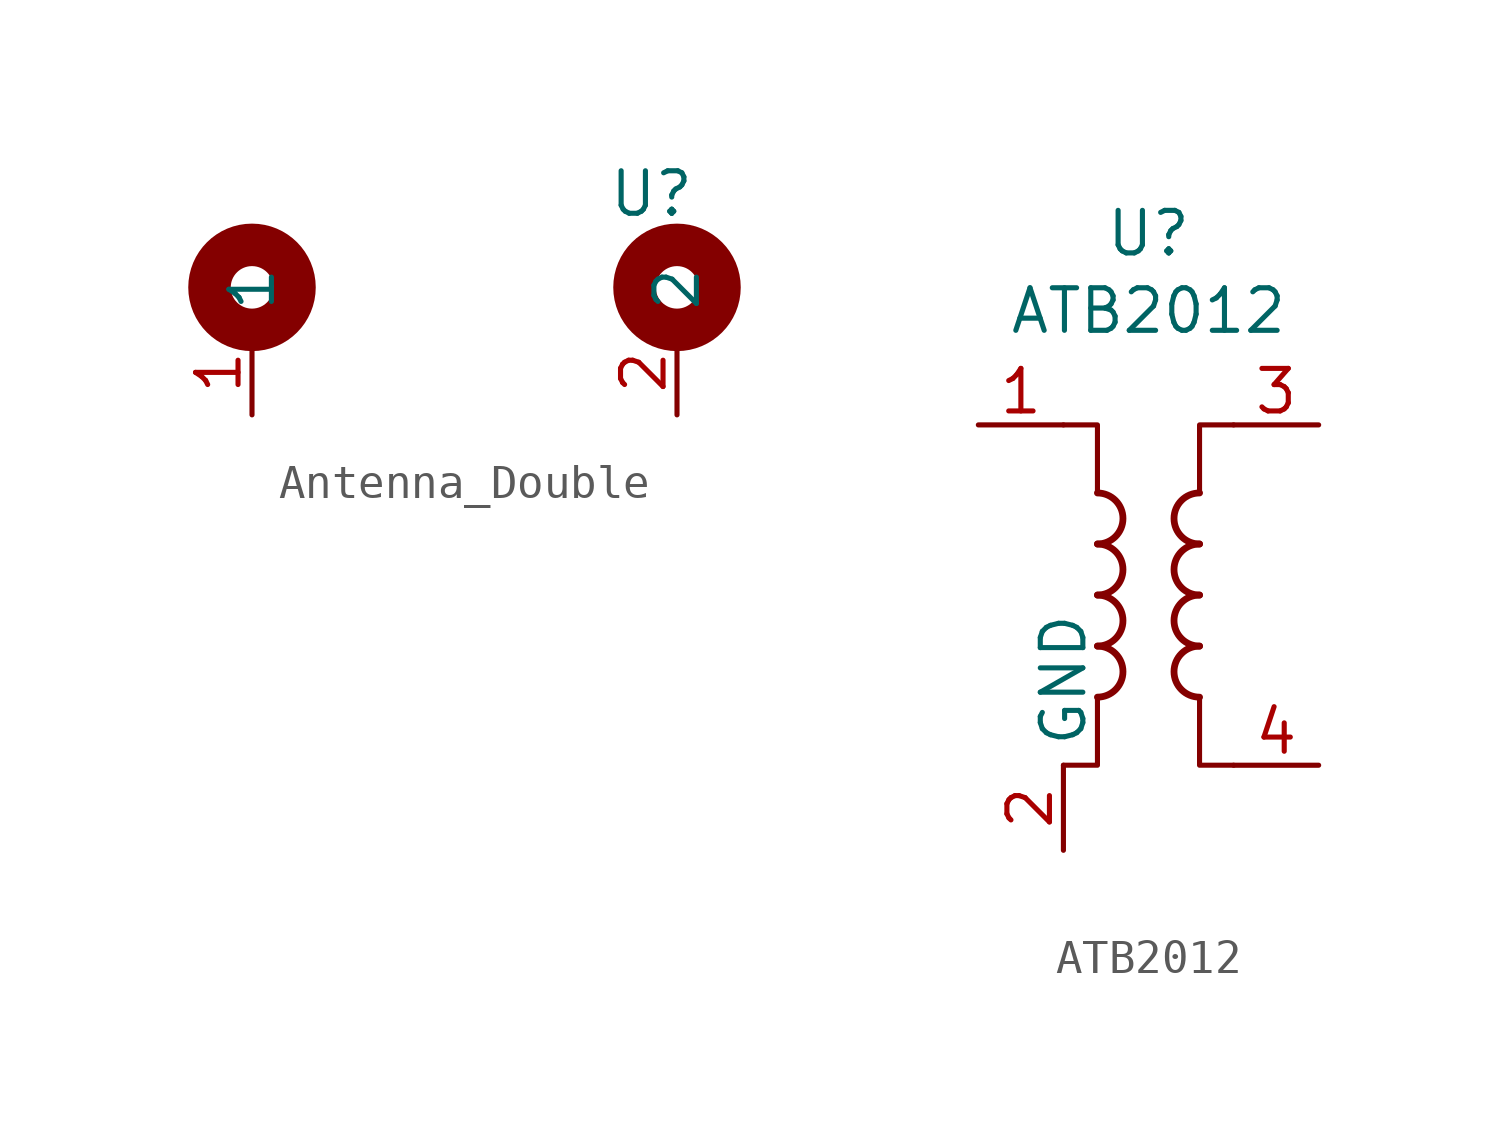
<source format=kicad_sym>
(kicad_symbol_lib
  (version 20231120)
  (generator "kicad_symbol_editor")
  (generator_version "8.0")
  (symbol "Antenna_Double"
    (property "Reference" "U"
      (at 5.588 6.604 0)
      (effects (font (size 1.27 1.27))))
    (property "Value" ""
      (at 0 0 0)
      (effects (font (size 1.27 1.27))))
    (symbol "Antenna_Double_0_1"
      (circle (center -6.35 3.81) (radius 1.27) (stroke (width 1.27) (type default)) (fill (type none)))
      (circle (center 6.35 3.81) (radius 1.27) (stroke (width 1.27) (type default)) (fill (type none))))
    (symbol "Antenna_Double_1_1"
      (pin input line (at -6.35 0 90) (length 2.54) (name "1" (effects (font (size 1.27 1.27)))) (number "1" (effects (font (size 1.27 1.27)))))
      (pin input line (at 6.35 0 90) (length 2.54) (name "2" (effects (font (size 1.27 1.27)))) (number "2" (effects (font (size 1.27 1.27)))))))
  (symbol "ATB2012"
    (property "Reference" "U"
      (at 0 10.795 0)
      (effects (font (size 1.27 1.27))))
    (property "Value" "ATB2012"
      (at 0 8.484 0)
      (effects (font (size 1.27 1.27))))
    (symbol "ATB2012_1_1"
      (arc (start -1.524 -3.048) (mid -0.7653 -2.286) (end -1.524 -1.524) (stroke (width 0.2032) (type default)) (fill (type none)))
      (arc (start -1.524 -1.524) (mid -0.7653 -0.762) (end -1.524 0) (stroke (width 0.2032) (type default)) (fill (type none)))
      (arc (start -1.524 0) (mid -0.7653 0.762) (end -1.524 1.524) (stroke (width 0.2032) (type default)) (fill (type none)))
      (arc (start -1.524 1.524) (mid -0.7653 2.286) (end -1.524 3.048) (stroke (width 0.2032) (type default)) (fill (type none)))
      (polyline (pts (xy -2.54 5.08) (xy -1.524 5.08) (xy -1.524 3.048)) (stroke (width 0.152) (type default)) (fill (type none)))
      (polyline (pts (xy -1.524 -3.048) (xy -1.524 -5.08) (xy -2.54 -5.08)) (stroke (width 0.152) (type default)) (fill (type none)))
      (polyline (pts (xy 1.524 3.048) (xy 1.524 5.08) (xy 2.54 5.08)) (stroke (width 0.152) (type default)) (fill (type none)))
      (polyline (pts (xy 2.54 -5.08) (xy 1.524 -5.08) (xy 1.524 -3.048)) (stroke (width 0.152) (type default)) (fill (type none)))
      (arc (start 1.524 -1.524) (mid 0.7653 -2.286) (end 1.524 -3.048) (stroke (width 0.2032) (type default)) (fill (type none)))
      (arc (start 1.524 0) (mid 0.7653 -0.762) (end 1.524 -1.524) (stroke (width 0.2032) (type default)) (fill (type none)))
      (arc (start 1.524 1.524) (mid 0.7653 0.762) (end 1.524 0) (stroke (width 0.2032) (type default)) (fill (type none)))
      (arc (start 1.524 3.048) (mid 0.7653 2.286) (end 1.524 1.524) (stroke (width 0.2032) (type default)) (fill (type none)))
      (pin passive line (at -5.08 5.08 0) (length 2.54) (name "~" (effects (font (size 1.27 1.27)))) (number "1" (effects (font (size 1.27 1.27)))))
      (pin power_in line (at -2.54 -7.62 90) (length 2.54) (name "GND" (effects (font (size 1.27 1.27)))) (number "2" (effects (font (size 1.27 1.27)))))
      (pin passive line (at 5.08 5.08 180) (length 2.54) (name "~" (effects (font (size 1.27 1.27)))) (number "3" (effects (font (size 1.27 1.27)))))
      (pin passive line (at 5.08 -5.08 180) (length 2.54) (name "~" (effects (font (size 1.27 1.27)))) (number "4" (effects (font (size 1.27 1.27))))))))
</source>
